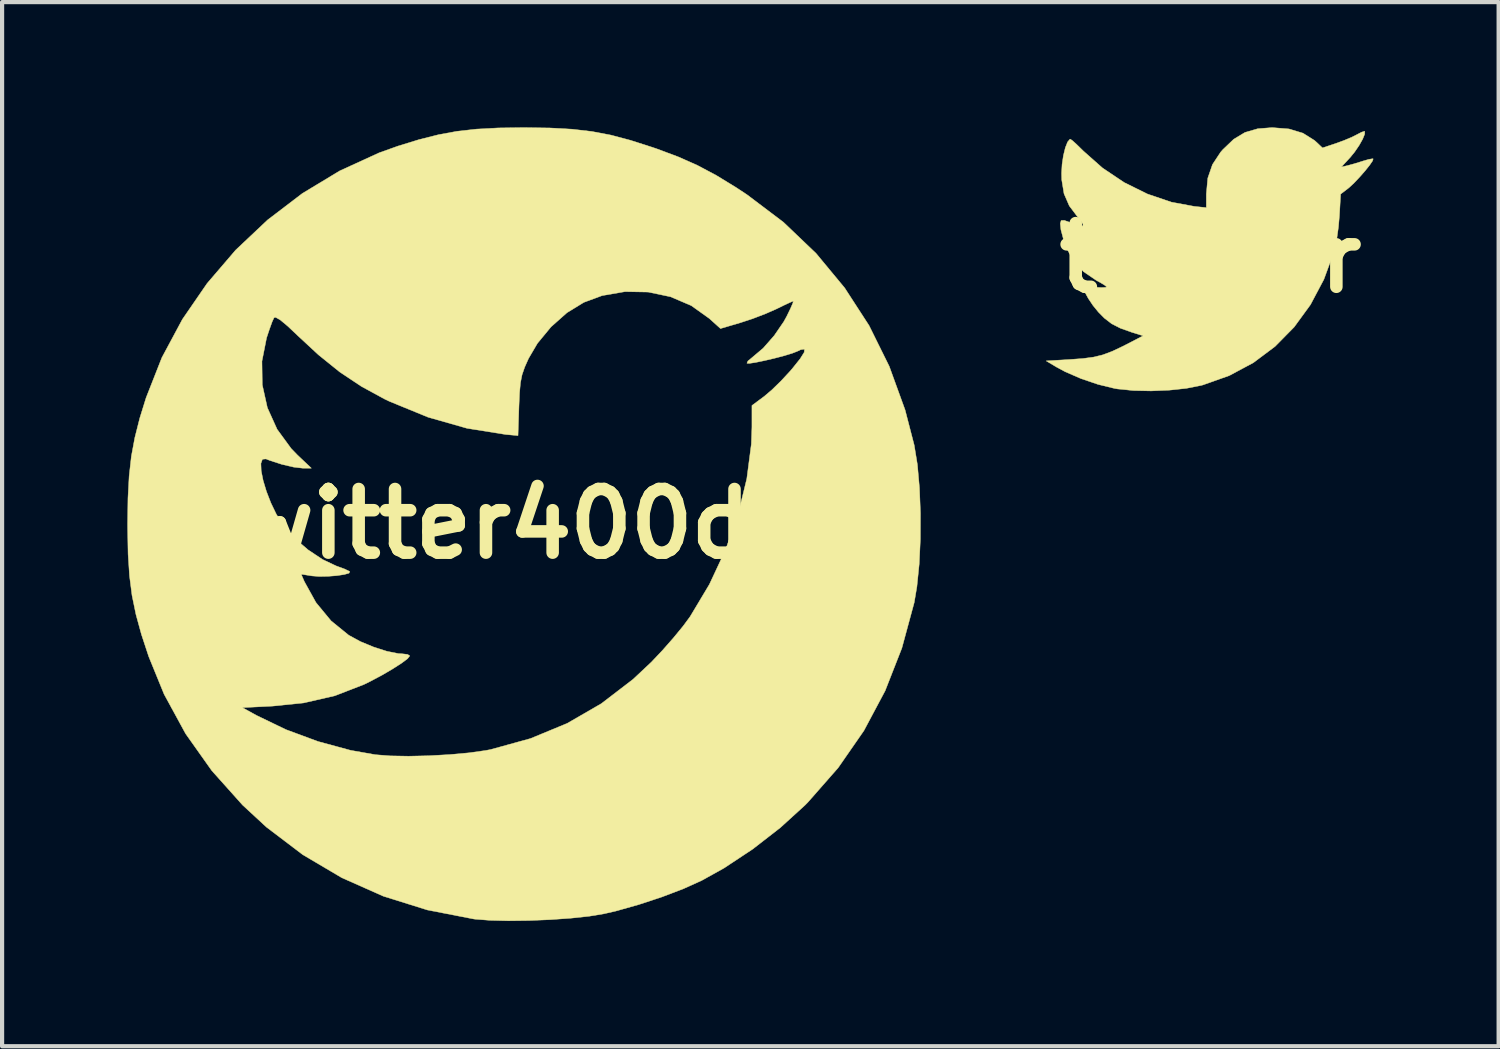
<source format=kicad_pcb>
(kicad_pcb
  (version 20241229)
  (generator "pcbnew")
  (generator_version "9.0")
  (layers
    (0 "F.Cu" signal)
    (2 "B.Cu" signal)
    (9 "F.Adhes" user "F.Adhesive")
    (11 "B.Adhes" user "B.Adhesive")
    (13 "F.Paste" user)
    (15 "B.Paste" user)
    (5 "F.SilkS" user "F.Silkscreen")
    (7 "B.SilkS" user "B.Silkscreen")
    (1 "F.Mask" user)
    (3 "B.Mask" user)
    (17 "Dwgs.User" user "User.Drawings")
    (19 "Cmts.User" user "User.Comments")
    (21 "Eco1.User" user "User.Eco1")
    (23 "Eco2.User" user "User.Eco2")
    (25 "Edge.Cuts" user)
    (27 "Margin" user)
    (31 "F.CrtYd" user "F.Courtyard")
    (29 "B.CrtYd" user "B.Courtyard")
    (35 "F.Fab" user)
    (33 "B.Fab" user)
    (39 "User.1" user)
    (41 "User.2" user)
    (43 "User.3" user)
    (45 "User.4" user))
  (footprint "twitter400dpi"
    (layer "F.Cu")
    (at 9.493 9.493)
    (property "Reference" "twitter400dpi" (at 0 0 0) (layer "F.SilkS") (effects (font (size 1.524 1.524) (thickness 0.3))))
    (attr through_hole)
    (fp_poly (pts (xy 0.622 -9.479) (xy 1.153 -9.45) (xy 1.628 -9.395) (xy 2.083 -9.309) (xy 2.553 -9.184) (xy 3.074 -9.017) (xy 3.18 -8.981) (xy 3.696 -8.788) (xy 4.156 -8.584) (xy 4.604 -8.346) (xy 5.08 -8.055) (xy 5.341 -7.883) (xy 6.216 -7.222) (xy 6.997 -6.476) (xy 7.681 -5.65) (xy 8.266 -4.748) (xy 8.749 -3.772) (xy 9.128 -2.728) (xy 9.347 -1.883) (xy 9.423 -1.417) (xy 9.472 -0.863) (xy 9.496 -0.257) (xy 9.494 0.363) (xy 9.466 0.963) (xy 9.411 1.504) (xy 9.347 1.883) (xy 9.051 2.975) (xy 8.65 3.998) (xy 8.142 4.952) (xy 7.526 5.84) (xy 6.801 6.666) (xy 6.734 6.734) (xy 6.14 7.275) (xy 5.479 7.788) (xy 4.793 8.242) (xy 4.257 8.54) (xy 3.821 8.737) (xy 3.304 8.934) (xy 2.752 9.116) (xy 2.21 9.269) (xy 1.915 9.337) (xy 1.564 9.395) (xy 1.124 9.442) (xy 0.632 9.477) (xy 0.121 9.498) (xy -0.373 9.504) (xy -0.815 9.493) (xy -1.171 9.465) (xy -1.206 9.46) (xy -2.311 9.245) (xy -3.363 8.916) (xy -4.358 8.474) (xy -5.293 7.922) (xy -6.164 7.261) (xy -6.734 6.734) (xy -7.472 5.909) (xy -8.099 5.024) (xy -8.439 4.4) (xy -6.739 4.4) (xy -6.402 4.586) (xy -5.697 4.926) (xy -4.93 5.21) (xy -4.15 5.422) (xy -3.556 5.527) (xy -3.202 5.555) (xy -2.761 5.563) (xy -2.273 5.552) (xy -1.777 5.524) (xy -1.311 5.482) (xy -0.913 5.426) (xy -0.794 5.403) (xy 0.159 5.14) (xy 1.039 4.776) (xy 1.855 4.304) (xy 2.614 3.722) (xy 3.052 3.311) (xy 3.316 3.032) (xy 3.58 2.732) (xy 3.814 2.447) (xy 3.98 2.222) (xy 4.442 1.45) (xy 4.827 0.626) (xy 5.129 -0.226) (xy 5.338 -1.08) (xy 5.447 -1.912) (xy 5.461 -2.317) (xy 5.461 -2.834) (xy 5.755 -3.052) (xy 5.936 -3.206) (xy 6.155 -3.419) (xy 6.372 -3.653) (xy 6.425 -3.714) (xy 6.616 -3.953) (xy 6.714 -4.11) (xy 6.719 -4.183) (xy 6.63 -4.171) (xy 6.548 -4.132) (xy 6.428 -4.085) (xy 6.235 -4.026) (xy 6.002 -3.965) (xy 5.763 -3.909) (xy 5.551 -3.865) (xy 5.399 -3.842) (xy 5.341 -3.845) (xy 5.364 -3.898) (xy 5.464 -3.981) (xy 5.465 -3.982) (xy 5.73 -4.206) (xy 5.995 -4.508) (xy 6.224 -4.842) (xy 6.294 -4.969) (xy 6.384 -5.155) (xy 6.441 -5.287) (xy 6.453 -5.334) (xy 6.387 -5.308) (xy 6.24 -5.24) (xy 6.05 -5.147) (xy 5.789 -5.032) (xy 5.476 -4.912) (xy 5.19 -4.818) (xy 4.708 -4.676) (xy 4.441 -4.917) (xy 4.009 -5.225) (xy 3.513 -5.437) (xy 2.976 -5.55) (xy 2.423 -5.56) (xy 1.874 -5.465) (xy 1.436 -5.303) (xy 1.033 -5.056) (xy 0.651 -4.717) (xy 0.325 -4.322) (xy 0.112 -3.959) (xy 0.019 -3.75) (xy -0.043 -3.57) (xy -0.081 -3.379) (xy -0.103 -3.139) (xy -0.117 -2.818) (xy -0.14 -2.113) (xy -0.435 -2.14) (xy -1.361 -2.288) (xy -2.295 -2.554) (xy -3.219 -2.933) (xy -3.334 -2.988) (xy -3.89 -3.291) (xy -4.408 -3.636) (xy -4.919 -4.048) (xy -5.395 -4.489) (xy -5.652 -4.732) (xy -5.833 -4.883) (xy -5.943 -4.945) (xy -5.982 -4.936) (xy -6.027 -4.838) (xy -6.092 -4.658) (xy -6.16 -4.454) (xy -6.271 -3.894) (xy -6.263 -3.329) (xy -6.141 -2.78) (xy -5.908 -2.264) (xy -5.571 -1.803) (xy -5.423 -1.65) (xy -5.088 -1.333) (xy -5.296 -1.333) (xy -5.514 -1.359) (xy -5.795 -1.425) (xy -6.085 -1.519) (xy -6.175 -1.555) (xy -6.26 -1.547) (xy -6.296 -1.445) (xy -6.289 -1.269) (xy -6.243 -1.039) (xy -6.164 -0.777) (xy -6.057 -0.501) (xy -5.928 -0.233) (xy -5.783 0.007) (xy -5.754 0.047) (xy -5.493 0.342) (xy -5.168 0.621) (xy -4.82 0.853) (xy -4.49 1.009) (xy -4.461 1.019) (xy -4.294 1.08) (xy -4.181 1.135) (xy -4.168 1.145) (xy -4.187 1.181) (xy -4.302 1.213) (xy -4.48 1.24) (xy -4.689 1.256) (xy -4.899 1.26) (xy -5.076 1.246) (xy -5.082 1.245) (xy -5.332 1.205) (xy -5.256 1.381) (xy -4.977 1.885) (xy -4.616 2.322) (xy -4.193 2.666) (xy -4.189 2.668) (xy -3.916 2.817) (xy -3.598 2.949) (xy -3.279 3.051) (xy -3.004 3.106) (xy -2.915 3.111) (xy -2.784 3.126) (xy -2.731 3.16) (xy -2.783 3.227) (xy -2.927 3.335) (xy -3.137 3.47) (xy -3.391 3.619) (xy -3.665 3.765) (xy -3.829 3.846) (xy -4.526 4.116) (xy -5.275 4.288) (xy -6.021 4.364) (xy -6.739 4.4) (xy -8.439 4.4) (xy -8.614 4.079) (xy -8.981 3.18) (xy -9.157 2.646) (xy -9.288 2.169) (xy -9.382 1.713) (xy -9.442 1.245) (xy -9.476 0.727) (xy -9.487 0.125) (xy -9.488 0) (xy -9.479 -0.618) (xy -9.451 -1.144) (xy -9.398 -1.616) (xy -9.314 -2.067) (xy -9.196 -2.533) (xy -9.045 -3.02) (xy -8.667 -3.981) (xy -8.176 -4.897) (xy -7.583 -5.759) (xy -6.9 -6.556) (xy -6.136 -7.277) (xy -5.302 -7.913) (xy -4.409 -8.452) (xy -3.466 -8.884) (xy -3.016 -9.045) (xy -2.505 -9.202) (xy -2.044 -9.318) (xy -1.598 -9.4) (xy -1.133 -9.452) (xy -0.612 -9.48) (xy 0 -9.488) (xy 0.622 -9.479)) (stroke (width 0.01) (type solid)) (fill yes) (layer "F.SilkS")))
  (footprint "twitter"
    (layer "F.Cu")
    (at 25.936 3.127)
    (property "Reference" "twitter" (at 0 0 0) (layer "F.SilkS") (effects (font (size 1.524 1.524) (thickness 0.3))))
    (attr through_hole)
    (fp_poly (pts (xy 1.876 -3.09) (xy 2.211 -2.989) (xy 2.488 -2.815) (xy 2.546 -2.763) (xy 2.679 -2.636) (xy 3.003 -2.744) (xy 3.202 -2.817) (xy 3.388 -2.896) (xy 3.499 -2.952) (xy 3.612 -3.011) (xy 3.683 -3.034) (xy 3.69 -3.032) (xy 3.69 -2.967) (xy 3.641 -2.846) (xy 3.556 -2.695) (xy 3.448 -2.537) (xy 3.341 -2.406) (xy 3.13 -2.178) (xy 3.28 -2.213) (xy 3.424 -2.252) (xy 3.601 -2.306) (xy 3.65 -2.322) (xy 3.786 -2.361) (xy 3.876 -2.376) (xy 3.893 -2.373) (xy 3.877 -2.323) (xy 3.807 -2.221) (xy 3.7 -2.087) (xy 3.572 -1.941) (xy 3.442 -1.803) (xy 3.326 -1.694) (xy 3.29 -1.664) (xy 3.114 -1.53) (xy 3.084 -1.006) (xy 3.061 -0.74) (xy 3.023 -0.468) (xy 2.978 -0.235) (xy 2.957 -0.152) (xy 2.712 0.514) (xy 2.392 1.118) (xy 2.001 1.654) (xy 1.544 2.118) (xy 1.025 2.507) (xy 0.448 2.816) (xy -0.183 3.04) (xy -0.229 3.052) (xy -0.578 3.121) (xy -0.989 3.165) (xy -1.425 3.183) (xy -1.849 3.174) (xy -2.224 3.136) (xy -2.301 3.123) (xy -2.694 3.027) (xy -3.101 2.889) (xy -3.479 2.725) (xy -3.693 2.61) (xy -3.937 2.464) (xy -3.378 2.431) (xy -3.055 2.407) (xy -2.8 2.373) (xy -2.58 2.319) (xy -2.361 2.237) (xy -2.109 2.118) (xy -2.014 2.07) (xy -1.616 1.863) (xy -1.887 1.779) (xy -2.159 1.682) (xy -2.366 1.577) (xy -2.544 1.44) (xy -2.686 1.296) (xy -2.814 1.139) (xy -2.929 0.968) (xy -3.013 0.813) (xy -3.048 0.701) (xy -3.048 0.696) (xy -3.002 0.69) (xy -2.884 0.693) (xy -2.769 0.701) (xy -2.616 0.708) (xy -2.514 0.704) (xy -2.489 0.693) (xy -2.531 0.655) (xy -2.637 0.59) (xy -2.734 0.538) (xy -3.046 0.325) (xy -3.3 0.039) (xy -3.484 -0.303) (xy -3.583 -0.673) (xy -3.599 -0.825) (xy -3.578 -0.897) (xy -3.503 -0.901) (xy -3.356 -0.847) (xy -3.335 -0.838) (xy -3.157 -0.773) (xy -3.064 -0.763) (xy -3.054 -0.809) (xy -3.125 -0.914) (xy -3.175 -0.972) (xy -3.383 -1.248) (xy -3.509 -1.538) (xy -3.564 -1.871) (xy -3.568 -2.029) (xy -3.556 -2.242) (xy -3.524 -2.454) (xy -3.478 -2.641) (xy -3.424 -2.778) (xy -3.369 -2.843) (xy -3.358 -2.845) (xy -3.309 -2.811) (xy -3.209 -2.721) (xy -3.078 -2.593) (xy -3.046 -2.561) (xy -2.586 -2.154) (xy -2.068 -1.807) (xy -1.512 -1.532) (xy -0.938 -1.337) (xy -0.394 -1.236) (xy -0.102 -1.205) (xy -0.102 -1.533) (xy -0.067 -1.912) (xy 0.045 -2.238) (xy 0.24 -2.534) (xy 0.291 -2.593) (xy 0.553 -2.843) (xy 0.823 -3.006) (xy 1.128 -3.095) (xy 1.473 -3.122) (xy 1.876 -3.09)) (stroke (width 0.01) (type solid)) (fill yes) (layer "F.SilkS")))
  (gr_rect
    (start -3 -3)
    (end 32.833 22.001)
    (stroke (width 0.1) (type default))
    (fill no)
    (layer "Edge.Cuts")))
</source>
